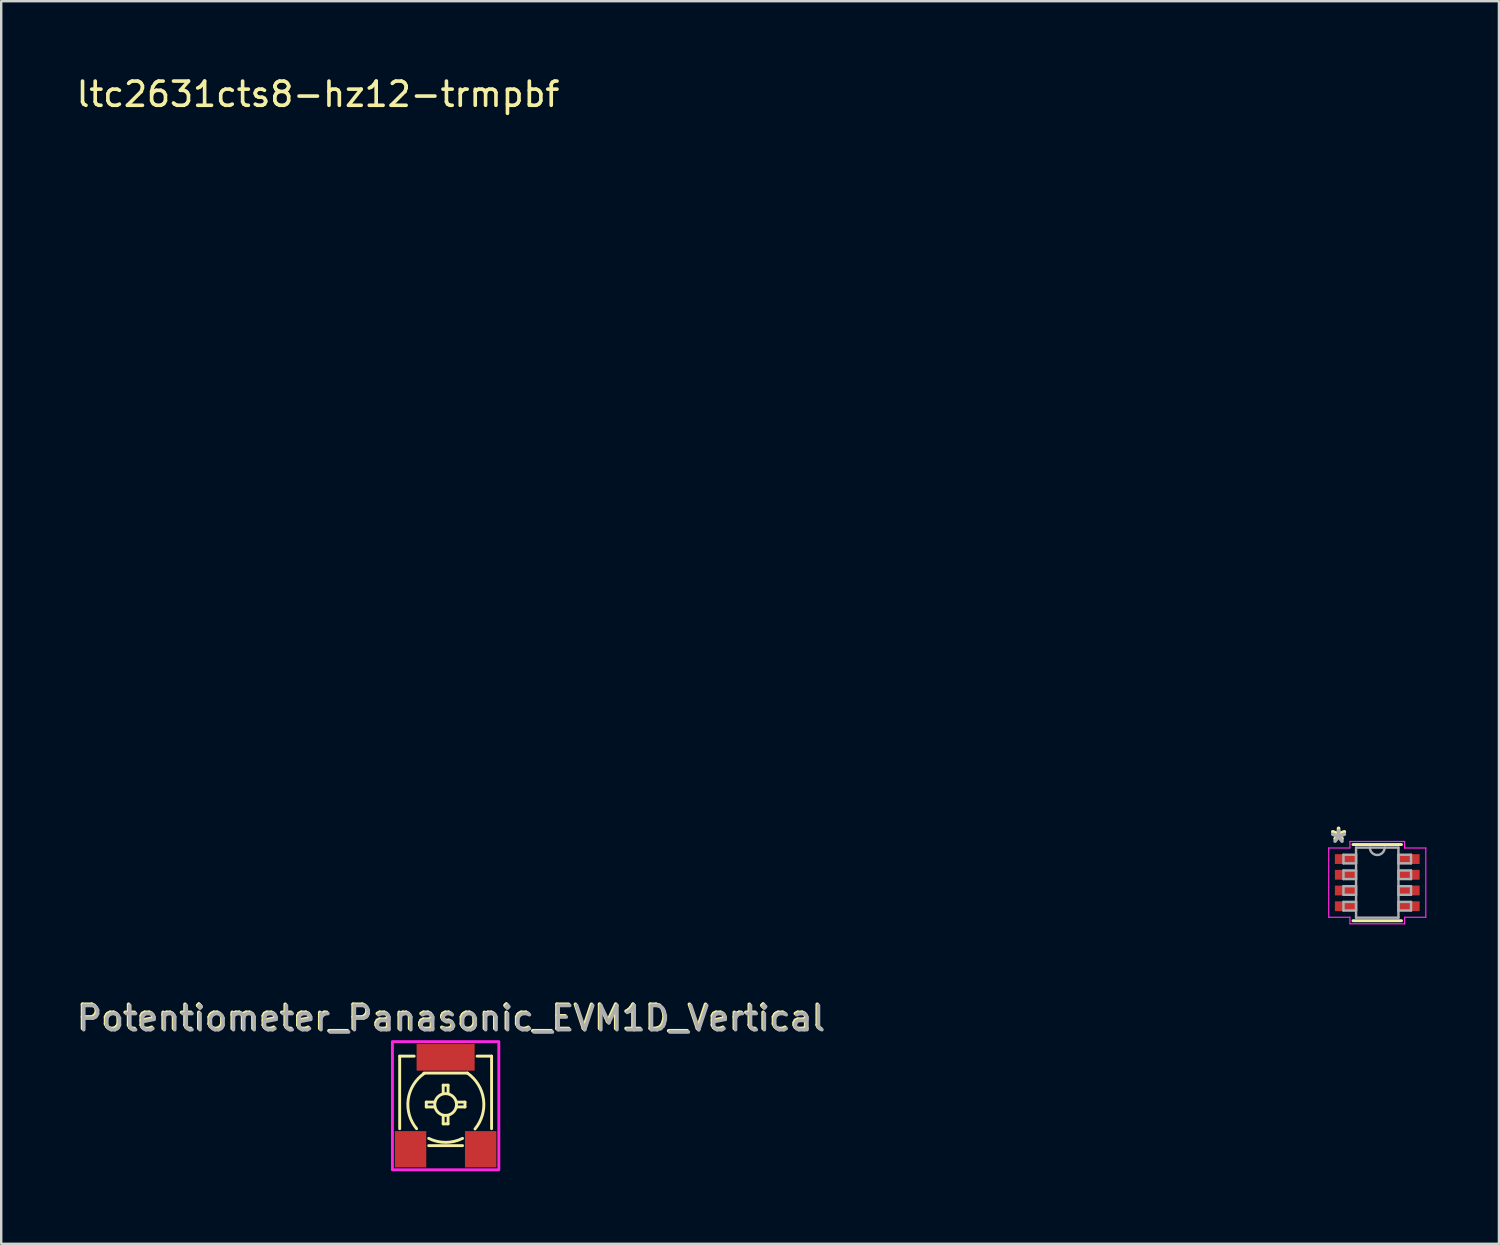
<source format=kicad_pcb>
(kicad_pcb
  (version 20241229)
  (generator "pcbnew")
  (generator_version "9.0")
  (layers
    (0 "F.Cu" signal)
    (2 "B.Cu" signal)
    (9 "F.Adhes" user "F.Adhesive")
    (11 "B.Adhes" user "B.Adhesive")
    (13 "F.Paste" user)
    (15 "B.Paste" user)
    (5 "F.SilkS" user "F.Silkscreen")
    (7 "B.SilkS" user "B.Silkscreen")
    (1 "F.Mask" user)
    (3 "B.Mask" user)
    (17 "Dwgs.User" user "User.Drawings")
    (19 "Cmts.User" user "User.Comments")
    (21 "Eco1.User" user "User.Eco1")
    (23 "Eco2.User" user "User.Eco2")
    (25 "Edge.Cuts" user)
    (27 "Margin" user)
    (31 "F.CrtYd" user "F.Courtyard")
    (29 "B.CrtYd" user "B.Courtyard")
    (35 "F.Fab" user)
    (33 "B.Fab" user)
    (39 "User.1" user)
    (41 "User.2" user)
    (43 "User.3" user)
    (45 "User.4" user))
  (footprint "Potentiometer_Panasonic_EVM1D_Vertical"
    (layer "F.Cu")
    (at 15.377 42.623)
    (property "Reference" "Potentiometer_Panasonic_EVM1D_Vertical" (at 0.2 -3.6 0) (unlocked yes) (layer "F.SilkS") (effects (font (size 1 1) (thickness 0.15))))
    (attr smd)
    (fp_line (start -1.9 -2) (end -1.9 1) (stroke (width 0.12) (type solid)) (layer "F.SilkS"))
    (fp_line (start -1.9 -2) (end -1.3 -2) (stroke (width 0.12) (type solid)) (layer "F.SilkS"))
    (fp_line (start -0.9 -1.3) (end 0.9 -1.3) (stroke (width 0.12) (type solid)) (layer "F.SilkS"))
    (fp_line (start -0.8 -0.1) (end -0.8 0.1) (stroke (width 0.12) (type solid)) (layer "F.SilkS"))
    (fp_line (start -0.8 0.1) (end -0.45 0.1) (stroke (width 0.12) (type solid)) (layer "F.SilkS"))
    (fp_line (start -0.7 1.7) (end 0.7 1.7) (stroke (width 0.12) (type solid)) (layer "F.SilkS"))
    (fp_line (start -0.45 -0.1) (end -0.8 -0.1) (stroke (width 0.12) (type solid)) (layer "F.SilkS"))
    (fp_line (start -0.1 -0.8) (end 0.1 -0.8) (stroke (width 0.12) (type solid)) (layer "F.SilkS"))
    (fp_line (start -0.1 -0.45) (end -0.1 -0.8) (stroke (width 0.12) (type solid)) (layer "F.SilkS"))
    (fp_line (start -0.1 0.45) (end -0.1 0.8) (stroke (width 0.12) (type solid)) (layer "F.SilkS"))
    (fp_line (start -0.1 0.8) (end 0.1 0.8) (stroke (width 0.12) (type solid)) (layer "F.SilkS"))
    (fp_line (start 0.1 -0.8) (end 0.1 -0.45) (stroke (width 0.12) (type solid)) (layer "F.SilkS"))
    (fp_line (start 0.1 0.8) (end 0.1 0.45) (stroke (width 0.12) (type solid)) (layer "F.SilkS"))
    (fp_line (start 0.45 -0.1) (end 0.8 -0.1) (stroke (width 0.12) (type solid)) (layer "F.SilkS"))
    (fp_line (start 0.8 -0.1) (end 0.8 0.1) (stroke (width 0.12) (type solid)) (layer "F.SilkS"))
    (fp_line (start 0.8 0.1) (end 0.45 0.1) (stroke (width 0.12) (type solid)) (layer "F.SilkS"))
    (fp_line (start 1.9 -2) (end 1.3 -2) (stroke (width 0.12) (type solid)) (layer "F.SilkS"))
    (fp_line (start 1.9 -2) (end 1.9 1) (stroke (width 0.12) (type solid)) (layer "F.SilkS"))
    (fp_arc (start -1.199999 0.999999) (mid -1.547782 -0.210634) (end -0.889134 -1.284304) (stroke (width 0.12) (type solid)) (layer "F.SilkS"))
    (fp_arc (start 0.7 1.399999) (mid 0 1.565247) (end -0.7 1.399999) (stroke (width 0.12) (type solid)) (layer "F.SilkS"))
    (fp_arc (start 0.9 -1.299999) (mid 1.566697 -0.213208) (end 1.214664 1.01222) (stroke (width 0.12) (type solid)) (layer "F.SilkS"))
    (fp_circle (center 0 0) (end 0.45 0) (stroke (width 0.12) (type solid)) (fill no) (layer "F.SilkS"))
    (fp_rect (start -2.2 -2.6) (end 2.2 2.7) (stroke (width 0.12) (type solid)) (fill no) (layer "F.CrtYd"))
    (fp_text user "${REFERENCE}" (at 0.25 -3.55 0) (unlocked yes) (layer "F.Fab") (effects (font (size 1 1) (thickness 0.15))))
    (pad "1" smd rect (at -1.45 1.85) (size 1.3 1.5) (layers "F.Cu" "F.Mask" "F.Paste"))
    (pad "2" smd rect (at 0 -1.95) (size 2.4 1.1) (layers "F.Cu" "F.Mask" "F.Paste"))
    (pad "3" smd rect (at 1.45 1.85) (size 1.3 1.5) (layers "F.Cu" "F.Mask" "F.Paste")))
  (footprint "ltc2631cts8-hz12-trmpbf"
    (layer "F.Cu")
    (at 53.901 33.448)
    (property "Reference" "ltc2631cts8-hz12-trmpbf" (at -43.8 -32.6 0) (layer "F.SilkS") (effects (font (size 1 1) (thickness 0.15))))
    (attr through_hole)
    (fp_line (start -1.003 1.575) (end 1.003 1.575) (stroke (width 0.12) (type solid)) (layer "F.SilkS"))
    (fp_line (start 1.003 -1.575) (end -1.003 -1.575) (stroke (width 0.12) (type solid)) (layer "F.SilkS"))
    (fp_line (start -2.007 -1.432) (end -1.13 -1.432) (stroke (width 0.05) (type solid)) (layer "F.CrtYd"))
    (fp_line (start -2.007 1.432) (end -2.007 -1.432) (stroke (width 0.05) (type solid)) (layer "F.CrtYd"))
    (fp_line (start -1.13 -1.702) (end 1.13 -1.702) (stroke (width 0.05) (type solid)) (layer "F.CrtYd"))
    (fp_line (start -1.13 -1.432) (end -1.13 -1.702) (stroke (width 0.05) (type solid)) (layer "F.CrtYd"))
    (fp_line (start -1.13 1.432) (end -2.007 1.432) (stroke (width 0.05) (type solid)) (layer "F.CrtYd"))
    (fp_line (start -1.13 1.702) (end -1.13 1.432) (stroke (width 0.05) (type solid)) (layer "F.CrtYd"))
    (fp_line (start 1.13 -1.702) (end 1.13 -1.432) (stroke (width 0.05) (type solid)) (layer "F.CrtYd"))
    (fp_line (start 1.13 1.432) (end 1.13 1.702) (stroke (width 0.05) (type solid)) (layer "F.CrtYd"))
    (fp_line (start 1.13 1.702) (end -1.13 1.702) (stroke (width 0.05) (type solid)) (layer "F.CrtYd"))
    (fp_line (start 2.007 -1.432) (end 1.13 -1.432) (stroke (width 0.05) (type solid)) (layer "F.CrtYd"))
    (fp_line (start 2.007 -1.432) (end 2.007 1.432) (stroke (width 0.05) (type solid)) (layer "F.CrtYd"))
    (fp_line (start 2.007 1.432) (end 1.13 1.432) (stroke (width 0.05) (type solid)) (layer "F.CrtYd"))
    (fp_line (start -1.397 -1.153) (end -1.397 -0.797) (stroke (width 0.1) (type solid)) (layer "F.Fab"))
    (fp_line (start -1.397 -0.797) (end -0.876 -0.797) (stroke (width 0.1) (type solid)) (layer "F.Fab"))
    (fp_line (start -1.397 -0.503) (end -1.397 -0.147) (stroke (width 0.1) (type solid)) (layer "F.Fab"))
    (fp_line (start -1.397 -0.147) (end -0.876 -0.147) (stroke (width 0.1) (type solid)) (layer "F.Fab"))
    (fp_line (start -1.397 0.147) (end -1.397 0.503) (stroke (width 0.1) (type solid)) (layer "F.Fab"))
    (fp_line (start -1.397 0.503) (end -0.876 0.503) (stroke (width 0.1) (type solid)) (layer "F.Fab"))
    (fp_line (start -1.397 0.797) (end -1.397 1.153) (stroke (width 0.1) (type solid)) (layer "F.Fab"))
    (fp_line (start -1.397 1.153) (end -0.876 1.153) (stroke (width 0.1) (type solid)) (layer "F.Fab"))
    (fp_line (start -0.876 -1.448) (end -0.876 1.448) (stroke (width 0.1) (type solid)) (layer "F.Fab"))
    (fp_line (start -0.876 -1.153) (end -1.397 -1.153) (stroke (width 0.1) (type solid)) (layer "F.Fab"))
    (fp_line (start -0.876 -0.797) (end -0.876 -1.153) (stroke (width 0.1) (type solid)) (layer "F.Fab"))
    (fp_line (start -0.876 -0.503) (end -1.397 -0.503) (stroke (width 0.1) (type solid)) (layer "F.Fab"))
    (fp_line (start -0.876 -0.147) (end -0.876 -0.503) (stroke (width 0.1) (type solid)) (layer "F.Fab"))
    (fp_line (start -0.876 0.147) (end -1.397 0.147) (stroke (width 0.1) (type solid)) (layer "F.Fab"))
    (fp_line (start -0.876 0.503) (end -0.876 0.147) (stroke (width 0.1) (type solid)) (layer "F.Fab"))
    (fp_line (start -0.876 0.797) (end -1.397 0.797) (stroke (width 0.1) (type solid)) (layer "F.Fab"))
    (fp_line (start -0.876 1.153) (end -0.876 0.797) (stroke (width 0.1) (type solid)) (layer "F.Fab"))
    (fp_line (start -0.876 1.448) (end 0.876 1.448) (stroke (width 0.1) (type solid)) (layer "F.Fab"))
    (fp_line (start 0.876 -1.448) (end -0.876 -1.448) (stroke (width 0.1) (type solid)) (layer "F.Fab"))
    (fp_line (start 0.876 -1.153) (end 0.876 -0.797) (stroke (width 0.1) (type solid)) (layer "F.Fab"))
    (fp_line (start 0.876 -0.797) (end 1.397 -0.797) (stroke (width 0.1) (type solid)) (layer "F.Fab"))
    (fp_line (start 0.876 -0.503) (end 0.876 -0.147) (stroke (width 0.1) (type solid)) (layer "F.Fab"))
    (fp_line (start 0.876 -0.147) (end 1.397 -0.147) (stroke (width 0.1) (type solid)) (layer "F.Fab"))
    (fp_line (start 0.876 0.147) (end 0.876 0.503) (stroke (width 0.1) (type solid)) (layer "F.Fab"))
    (fp_line (start 0.876 0.503) (end 1.397 0.503) (stroke (width 0.1) (type solid)) (layer "F.Fab"))
    (fp_line (start 0.876 0.797) (end 0.876 1.153) (stroke (width 0.1) (type solid)) (layer "F.Fab"))
    (fp_line (start 0.876 1.153) (end 1.397 1.153) (stroke (width 0.1) (type solid)) (layer "F.Fab"))
    (fp_line (start 0.876 1.448) (end 0.876 -1.448) (stroke (width 0.1) (type solid)) (layer "F.Fab"))
    (fp_line (start 1.397 -1.153) (end 0.876 -1.153) (stroke (width 0.1) (type solid)) (layer "F.Fab"))
    (fp_line (start 1.397 -0.797) (end 1.397 -1.153) (stroke (width 0.1) (type solid)) (layer "F.Fab"))
    (fp_line (start 1.397 -0.503) (end 0.876 -0.503) (stroke (width 0.1) (type solid)) (layer "F.Fab"))
    (fp_line (start 1.397 -0.147) (end 1.397 -0.503) (stroke (width 0.1) (type solid)) (layer "F.Fab"))
    (fp_line (start 1.397 0.147) (end 0.876 0.147) (stroke (width 0.1) (type solid)) (layer "F.Fab"))
    (fp_line (start 1.397 0.503) (end 1.397 0.147) (stroke (width 0.1) (type solid)) (layer "F.Fab"))
    (fp_line (start 1.397 0.797) (end 0.876 0.797) (stroke (width 0.1) (type solid)) (layer "F.Fab"))
    (fp_line (start 1.397 1.153) (end 1.397 0.797) (stroke (width 0.1) (type solid)) (layer "F.Fab"))
    (fp_arc (start 0.3048 -1.4478) (mid 0 -1.143) (end -0.3048 -1.4478) (stroke (width 0.1) (type solid)) (layer "F.Fab"))
    (fp_text user "*" (at -1.6 -1.7 0) (layer "F.SilkS") (effects (font (size 1 1) (thickness 0.15))))
    (fp_text user "*" (at -1.6 -1.6 0) (layer "F.Fab") (effects (font (size 1 1) (thickness 0.15))))
    (pad "1" smd rect (at -1.314 -0.975) (size 0.876 0.406) (layers "F.Cu" "F.Mask" "F.Paste"))
    (pad "2" smd rect (at -1.314 -0.325) (size 0.876 0.406) (layers "F.Cu" "F.Mask" "F.Paste"))
    (pad "3" smd rect (at -1.314 0.325) (size 0.876 0.406) (layers "F.Cu" "F.Mask" "F.Paste"))
    (pad "4" smd rect (at -1.314 0.975) (size 0.876 0.406) (layers "F.Cu" "F.Mask" "F.Paste"))
    (pad "5" smd rect (at 1.314 0.975) (size 0.876 0.406) (layers "F.Cu" "F.Mask" "F.Paste"))
    (pad "6" smd rect (at 1.314 0.325) (size 0.876 0.406) (layers "F.Cu" "F.Mask" "F.Paste"))
    (pad "7" smd rect (at 1.314 -0.325) (size 0.876 0.406) (layers "F.Cu" "F.Mask" "F.Paste"))
    (pad "8" smd rect (at 1.314 -0.975) (size 0.876 0.406) (layers "F.Cu" "F.Mask" "F.Paste")))
  (gr_rect
    (start -3 -3)
    (end 58.933 48.383)
    (stroke (width 0.1) (type default))
    (fill no)
    (layer "Edge.Cuts")))
</source>
